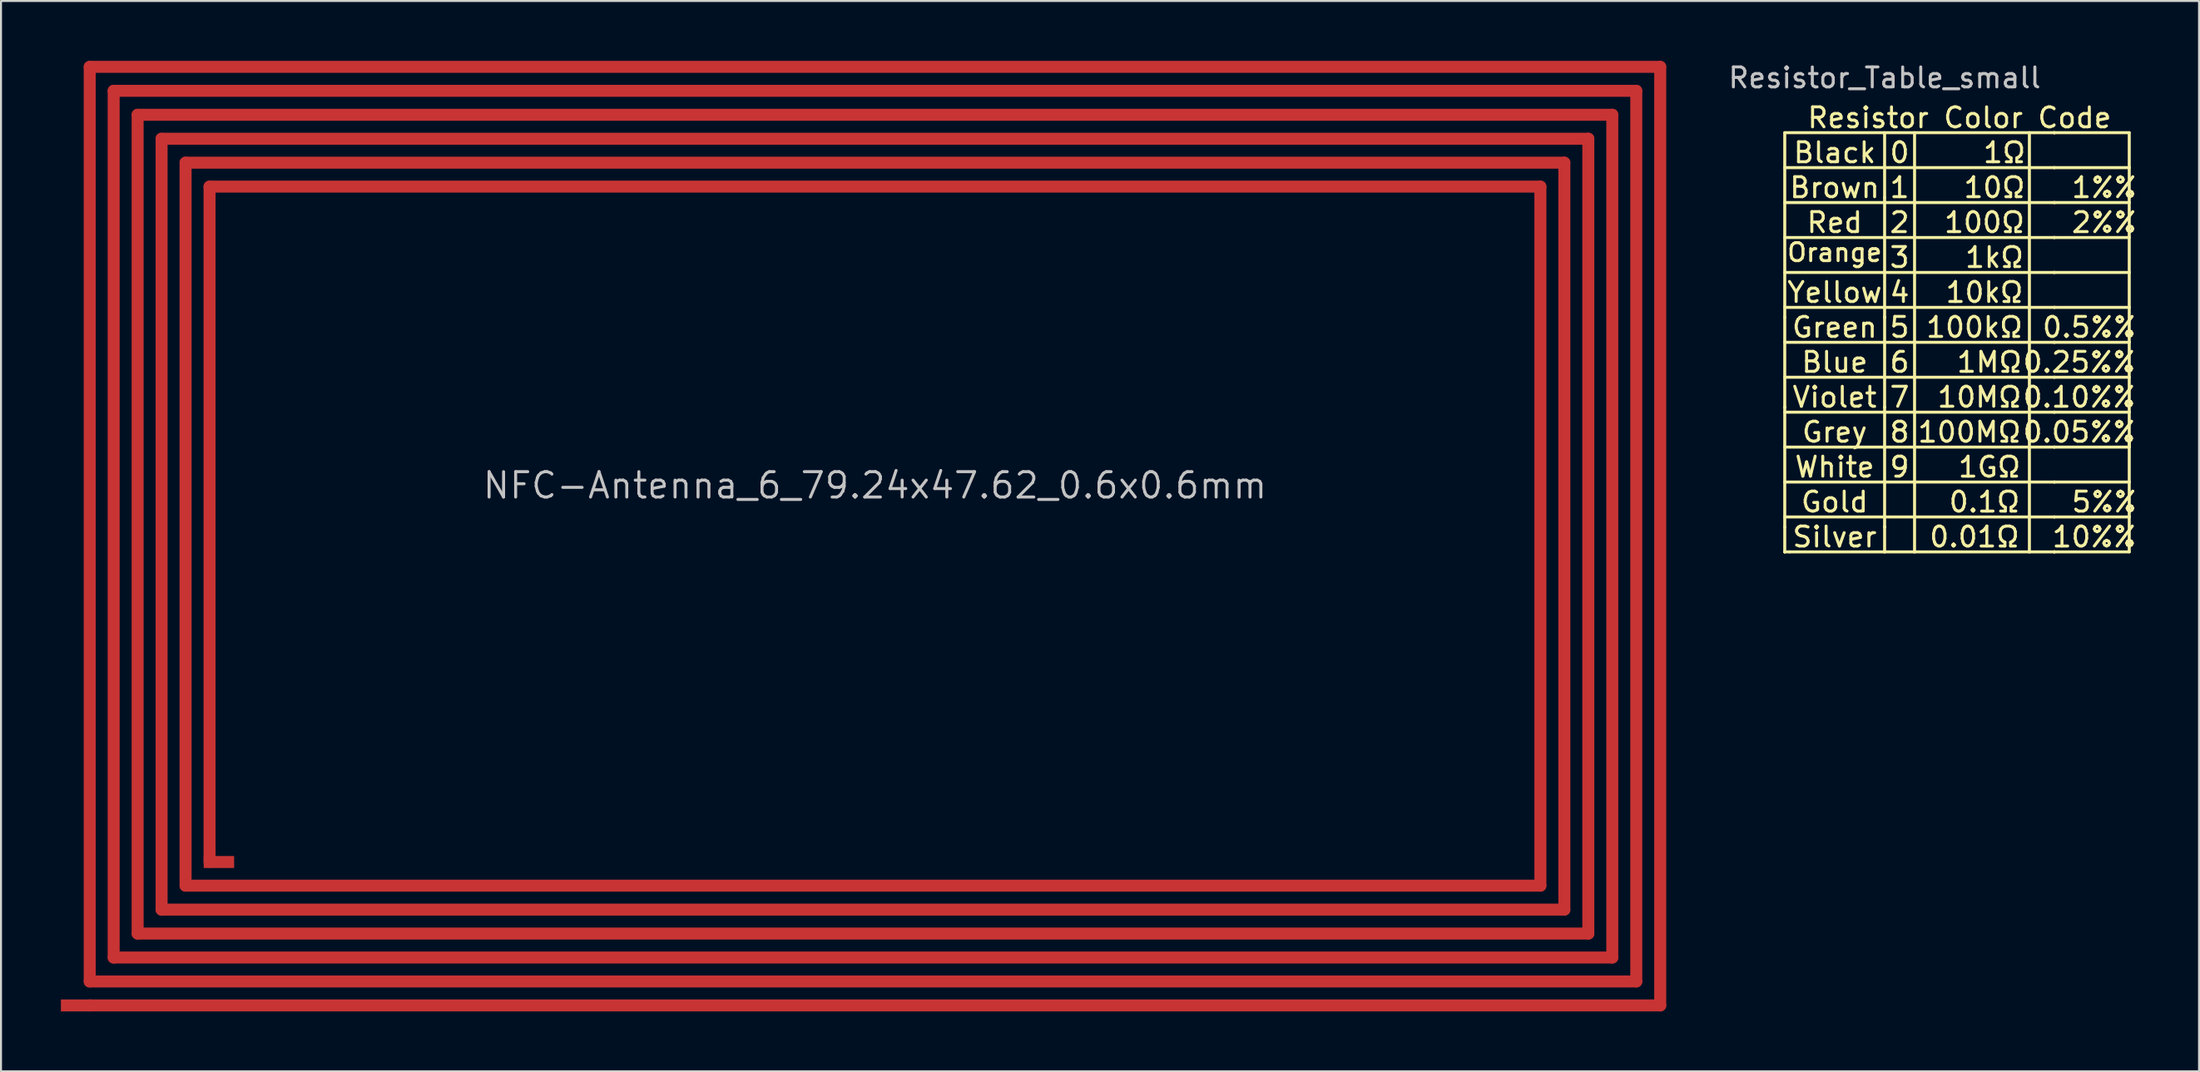
<source format=kicad_pcb>
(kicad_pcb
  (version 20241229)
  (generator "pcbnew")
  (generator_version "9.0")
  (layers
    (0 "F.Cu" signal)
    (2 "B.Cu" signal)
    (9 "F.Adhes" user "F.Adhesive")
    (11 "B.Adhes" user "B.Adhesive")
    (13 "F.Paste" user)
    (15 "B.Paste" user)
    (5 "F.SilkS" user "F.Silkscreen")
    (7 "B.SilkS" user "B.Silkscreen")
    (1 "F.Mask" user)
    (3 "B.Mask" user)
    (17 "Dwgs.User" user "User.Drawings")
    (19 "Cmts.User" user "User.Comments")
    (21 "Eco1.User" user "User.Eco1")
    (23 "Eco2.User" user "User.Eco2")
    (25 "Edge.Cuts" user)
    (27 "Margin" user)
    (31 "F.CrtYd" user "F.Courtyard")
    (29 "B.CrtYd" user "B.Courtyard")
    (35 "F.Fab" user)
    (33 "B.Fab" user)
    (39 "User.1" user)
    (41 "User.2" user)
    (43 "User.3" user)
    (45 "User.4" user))
  (footprint "NFC-Antenna_6_79.24x47.62_0.6x0.6mm"
    (layer "F.Cu")
    (at 40.762 23.81)
    (property "Reference" "NFC-Antenna_6_79.24x47.62_0.6x0.6mm" (at 0 -2.54 0) (layer "Dwgs.User") (effects (font (size 1.27 1.27) (thickness 0.15))))
    (attr through_hole)
    (fp_line (start -39.32 -23.51) (end -39.32 22.31) (stroke (width 0.6) (type solid)) (layer "F.Cu"))
    (fp_line (start -39.32 22.31) (end 38.12 22.31) (stroke (width 0.6) (type solid)) (layer "F.Cu"))
    (fp_line (start -39.32 23.51) (end 39.32 23.51) (stroke (width 0.6) (type solid)) (layer "F.Cu"))
    (fp_line (start -38.12 -22.31) (end -38.12 21.11) (stroke (width 0.6) (type solid)) (layer "F.Cu"))
    (fp_line (start -38.12 21.11) (end 36.92 21.11) (stroke (width 0.6) (type solid)) (layer "F.Cu"))
    (fp_line (start -36.92 -21.11) (end -36.92 19.91) (stroke (width 0.6) (type solid)) (layer "F.Cu"))
    (fp_line (start -36.92 19.91) (end 35.72 19.91) (stroke (width 0.6) (type solid)) (layer "F.Cu"))
    (fp_line (start -35.72 -19.91) (end -35.72 18.71) (stroke (width 0.6) (type solid)) (layer "F.Cu"))
    (fp_line (start -35.72 18.71) (end 34.52 18.71) (stroke (width 0.6) (type solid)) (layer "F.Cu"))
    (fp_line (start -34.52 -18.71) (end -34.52 17.51) (stroke (width 0.6) (type solid)) (layer "F.Cu"))
    (fp_line (start -34.52 17.51) (end 33.32 17.51) (stroke (width 0.6) (type solid)) (layer "F.Cu"))
    (fp_line (start -33.32 -17.51) (end -33.32 16.31) (stroke (width 0.6) (type solid)) (layer "F.Cu"))
    (fp_line (start 33.32 -17.51) (end -33.32 -17.51) (stroke (width 0.6) (type solid)) (layer "F.Cu"))
    (fp_line (start 33.32 17.51) (end 33.32 -17.51) (stroke (width 0.6) (type solid)) (layer "F.Cu"))
    (fp_line (start 34.52 -18.71) (end -34.52 -18.71) (stroke (width 0.6) (type solid)) (layer "F.Cu"))
    (fp_line (start 34.52 18.71) (end 34.52 -18.71) (stroke (width 0.6) (type solid)) (layer "F.Cu"))
    (fp_line (start 35.72 -19.91) (end -35.72 -19.91) (stroke (width 0.6) (type solid)) (layer "F.Cu"))
    (fp_line (start 35.72 19.91) (end 35.72 -19.91) (stroke (width 0.6) (type solid)) (layer "F.Cu"))
    (fp_line (start 36.92 -21.11) (end -36.92 -21.11) (stroke (width 0.6) (type solid)) (layer "F.Cu"))
    (fp_line (start 36.92 21.11) (end 36.92 -21.11) (stroke (width 0.6) (type solid)) (layer "F.Cu"))
    (fp_line (start 38.12 -22.31) (end -38.12 -22.31) (stroke (width 0.6) (type solid)) (layer "F.Cu"))
    (fp_line (start 38.12 22.31) (end 38.12 -22.31) (stroke (width 0.6) (type solid)) (layer "F.Cu"))
    (fp_line (start 39.32 -23.51) (end -39.32 -23.51) (stroke (width 0.6) (type solid)) (layer "F.Cu"))
    (fp_line (start 39.32 23.51) (end 39.32 -23.51) (stroke (width 0.6) (type solid)) (layer "F.Cu"))
    (pad "1" smd rect (at -32.85 16.325) (size 1.524 0.6) (layers "F.Cu"))
    (pad "2" smd rect (at -40 23.51) (size 1.524 0.6) (layers "F.Cu")))
  (footprint "Resistor_Table_small"
    (layer "F.Cu")
    (at 86.317 3.598)
    (property "Reference" "Resistor_Table_small" (at 5 -2.75 0) (layer "Dwgs.User") (effects (font (size 1 1) (thickness 0.15))))
    (attr through_hole)
    (fp_line (start 0 0) (end 0 9.25) (stroke (width 0.15) (type solid)) (layer "F.SilkS"))
    (fp_line (start 0 0) (end 13.5 0) (stroke (width 0.15) (type solid)) (layer "F.SilkS"))
    (fp_line (start 0 1.75) (end 5 1.75) (stroke (width 0.15) (type solid)) (layer "F.SilkS"))
    (fp_line (start 0 3.5) (end 5 3.5) (stroke (width 0.15) (type solid)) (layer "F.SilkS"))
    (fp_line (start 0 5.25) (end 5 5.25) (stroke (width 0.15) (type solid)) (layer "F.SilkS"))
    (fp_line (start 0 7) (end 5 7) (stroke (width 0.15) (type solid)) (layer "F.SilkS"))
    (fp_line (start 0 8.75) (end 5 8.75) (stroke (width 0.15) (type solid)) (layer "F.SilkS"))
    (fp_line (start 0 9.25) (end 0 13.75) (stroke (width 0.15) (type solid)) (layer "F.SilkS"))
    (fp_line (start 0 10.5) (end 5 10.5) (stroke (width 0.15) (type solid)) (layer "F.SilkS"))
    (fp_line (start 0 12.25) (end 5 12.25) (stroke (width 0.15) (type solid)) (layer "F.SilkS"))
    (fp_line (start 0 13.75) (end 0 13.75) (stroke (width 0.15) (type solid)) (layer "F.SilkS"))
    (fp_line (start 0 14) (end 5 14) (stroke (width 0.15) (type solid)) (layer "F.SilkS"))
    (fp_line (start 0 15.75) (end 5 15.75) (stroke (width 0.15) (type solid)) (layer "F.SilkS"))
    (fp_line (start 0 17.5) (end 5 17.5) (stroke (width 0.15) (type solid)) (layer "F.SilkS"))
    (fp_line (start 0 19.25) (end 5 19.25) (stroke (width 0.15) (type solid)) (layer "F.SilkS"))
    (fp_line (start 0 19.75) (end 0 13.75) (stroke (width 0.15) (type solid)) (layer "F.SilkS"))
    (fp_line (start 0 19.75) (end 0 21) (stroke (width 0.15) (type solid)) (layer "F.SilkS"))
    (fp_line (start 0 21) (end 0 21) (stroke (width 0.15) (type solid)) (layer "F.SilkS"))
    (fp_line (start 0 21) (end 0 21) (stroke (width 0.15) (type solid)) (layer "F.SilkS"))
    (fp_line (start 0.25 21) (end 0 21) (stroke (width 0.15) (type solid)) (layer "F.SilkS"))
    (fp_line (start 0.25 21) (end 5 21) (stroke (width 0.15) (type solid)) (layer "F.SilkS"))
    (fp_line (start 5 0) (end 5 9.25) (stroke (width 0.15) (type solid)) (layer "F.SilkS"))
    (fp_line (start 5 1.75) (end 5 1.75) (stroke (width 0.15) (type solid)) (layer "F.SilkS"))
    (fp_line (start 5 1.75) (end 13.5 1.75) (stroke (width 0.15) (type solid)) (layer "F.SilkS"))
    (fp_line (start 5 3.25) (end 5 3.25) (stroke (width 0.15) (type solid)) (layer "F.SilkS"))
    (fp_line (start 5 3.5) (end 5 3.5) (stroke (width 0.15) (type solid)) (layer "F.SilkS"))
    (fp_line (start 5 3.5) (end 13.5 3.5) (stroke (width 0.15) (type solid)) (layer "F.SilkS"))
    (fp_line (start 5 5.25) (end 13.5 5.25) (stroke (width 0.15) (type solid)) (layer "F.SilkS"))
    (fp_line (start 5 7) (end 5 7) (stroke (width 0.15) (type solid)) (layer "F.SilkS"))
    (fp_line (start 5 7) (end 13.5 7) (stroke (width 0.15) (type solid)) (layer "F.SilkS"))
    (fp_line (start 5 8.75) (end 5 8.75) (stroke (width 0.15) (type solid)) (layer "F.SilkS"))
    (fp_line (start 5 8.75) (end 13.5 8.75) (stroke (width 0.15) (type solid)) (layer "F.SilkS"))
    (fp_line (start 5 9.25) (end 5 9.25) (stroke (width 0.15) (type solid)) (layer "F.SilkS"))
    (fp_line (start 5 9.25) (end 5 13.75) (stroke (width 0.15) (type solid)) (layer "F.SilkS"))
    (fp_line (start 5 10.5) (end 5 10.5) (stroke (width 0.15) (type solid)) (layer "F.SilkS"))
    (fp_line (start 5 10.5) (end 13.5 10.5) (stroke (width 0.15) (type solid)) (layer "F.SilkS"))
    (fp_line (start 5 12.25) (end 5 12.25) (stroke (width 0.15) (type solid)) (layer "F.SilkS"))
    (fp_line (start 5 12.25) (end 13.5 12.25) (stroke (width 0.15) (type solid)) (layer "F.SilkS"))
    (fp_line (start 5 13.75) (end 5 13.75) (stroke (width 0.15) (type solid)) (layer "F.SilkS"))
    (fp_line (start 5 13.75) (end 5 19.75) (stroke (width 0.15) (type solid)) (layer "F.SilkS"))
    (fp_line (start 5 14) (end 5 14) (stroke (width 0.15) (type solid)) (layer "F.SilkS"))
    (fp_line (start 5 14) (end 13.5 14) (stroke (width 0.15) (type solid)) (layer "F.SilkS"))
    (fp_line (start 5 15.75) (end 5 15.75) (stroke (width 0.15) (type solid)) (layer "F.SilkS"))
    (fp_line (start 5 15.75) (end 13.5 15.75) (stroke (width 0.15) (type solid)) (layer "F.SilkS"))
    (fp_line (start 5 17.5) (end 5 17.5) (stroke (width 0.15) (type solid)) (layer "F.SilkS"))
    (fp_line (start 5 17.5) (end 13.5 17.5) (stroke (width 0.15) (type solid)) (layer "F.SilkS"))
    (fp_line (start 5 19.25) (end 5 19.25) (stroke (width 0.15) (type solid)) (layer "F.SilkS"))
    (fp_line (start 5 19.25) (end 13.5 19.25) (stroke (width 0.15) (type solid)) (layer "F.SilkS"))
    (fp_line (start 5 19.75) (end 5 19.75) (stroke (width 0.15) (type solid)) (layer "F.SilkS"))
    (fp_line (start 5 19.75) (end 5 19.75) (stroke (width 0.15) (type solid)) (layer "F.SilkS"))
    (fp_line (start 5 21) (end 5 19.75) (stroke (width 0.15) (type solid)) (layer "F.SilkS"))
    (fp_line (start 5 21) (end 13.5 21) (stroke (width 0.15) (type solid)) (layer "F.SilkS"))
    (fp_line (start 6.5 0) (end 6.5 21) (stroke (width 0.15) (type solid)) (layer "F.SilkS"))
    (fp_line (start 6.5 21) (end 6.5 21) (stroke (width 0.15) (type solid)) (layer "F.SilkS"))
    (fp_line (start 12.25 0) (end 12.25 0) (stroke (width 0.15) (type solid)) (layer "F.SilkS"))
    (fp_line (start 12.25 15.75) (end 12.25 0) (stroke (width 0.15) (type solid)) (layer "F.SilkS"))
    (fp_line (start 12.25 15.75) (end 12.25 21) (stroke (width 0.15) (type solid)) (layer "F.SilkS"))
    (fp_line (start 12.25 21) (end 12.25 21) (stroke (width 0.15) (type solid)) (layer "F.SilkS"))
    (fp_line (start 13.5 0) (end 13.5 0) (stroke (width 0.15) (type solid)) (layer "F.SilkS"))
    (fp_line (start 13.5 0) (end 13.5 0) (stroke (width 0.15) (type solid)) (layer "F.SilkS"))
    (fp_line (start 13.5 1.75) (end 13.5 1.75) (stroke (width 0.15) (type solid)) (layer "F.SilkS"))
    (fp_line (start 13.5 1.75) (end 17.25 1.75) (stroke (width 0.15) (type solid)) (layer "F.SilkS"))
    (fp_line (start 13.5 3.5) (end 13.5 3.5) (stroke (width 0.15) (type solid)) (layer "F.SilkS"))
    (fp_line (start 13.5 3.5) (end 17.25 3.5) (stroke (width 0.15) (type solid)) (layer "F.SilkS"))
    (fp_line (start 13.5 5.25) (end 13.5 5.25) (stroke (width 0.15) (type solid)) (layer "F.SilkS"))
    (fp_line (start 13.5 5.25) (end 17.25 5.25) (stroke (width 0.15) (type solid)) (layer "F.SilkS"))
    (fp_line (start 13.5 7) (end 13.5 7) (stroke (width 0.15) (type solid)) (layer "F.SilkS"))
    (fp_line (start 13.5 7) (end 17.25 7) (stroke (width 0.15) (type solid)) (layer "F.SilkS"))
    (fp_line (start 13.5 8.75) (end 13.5 8.75) (stroke (width 0.15) (type solid)) (layer "F.SilkS"))
    (fp_line (start 13.5 8.75) (end 17.25 8.75) (stroke (width 0.15) (type solid)) (layer "F.SilkS"))
    (fp_line (start 13.5 10.5) (end 13.5 10.5) (stroke (width 0.15) (type solid)) (layer "F.SilkS"))
    (fp_line (start 13.5 10.5) (end 17.25 10.5) (stroke (width 0.15) (type solid)) (layer "F.SilkS"))
    (fp_line (start 13.5 12.25) (end 13.5 12.25) (stroke (width 0.15) (type solid)) (layer "F.SilkS"))
    (fp_line (start 13.5 12.25) (end 17.25 12.25) (stroke (width 0.15) (type solid)) (layer "F.SilkS"))
    (fp_line (start 13.5 14) (end 13.5 14) (stroke (width 0.15) (type solid)) (layer "F.SilkS"))
    (fp_line (start 13.5 14) (end 17.25 14) (stroke (width 0.15) (type solid)) (layer "F.SilkS"))
    (fp_line (start 13.5 15.75) (end 13.5 15.75) (stroke (width 0.15) (type solid)) (layer "F.SilkS"))
    (fp_line (start 13.5 15.75) (end 17.25 15.75) (stroke (width 0.15) (type solid)) (layer "F.SilkS"))
    (fp_line (start 13.5 17.5) (end 13.5 17.5) (stroke (width 0.15) (type solid)) (layer "F.SilkS"))
    (fp_line (start 13.5 17.5) (end 17.25 17.5) (stroke (width 0.15) (type solid)) (layer "F.SilkS"))
    (fp_line (start 13.5 19.25) (end 13.5 19.25) (stroke (width 0.15) (type solid)) (layer "F.SilkS"))
    (fp_line (start 13.5 19.25) (end 17.25 19.25) (stroke (width 0.15) (type solid)) (layer "F.SilkS"))
    (fp_line (start 13.5 21) (end 13.5 21) (stroke (width 0.15) (type solid)) (layer "F.SilkS"))
    (fp_line (start 13.5 21) (end 13.5 21) (stroke (width 0.15) (type solid)) (layer "F.SilkS"))
    (fp_line (start 17.25 0) (end 13.5 0) (stroke (width 0.15) (type solid)) (layer "F.SilkS"))
    (fp_line (start 17.25 1.75) (end 17.25 1.75) (stroke (width 0.15) (type solid)) (layer "F.SilkS"))
    (fp_line (start 17.25 3.5) (end 17.25 3.5) (stroke (width 0.15) (type solid)) (layer "F.SilkS"))
    (fp_line (start 17.25 5.25) (end 17.25 5.25) (stroke (width 0.15) (type solid)) (layer "F.SilkS"))
    (fp_line (start 17.25 7) (end 17.25 7) (stroke (width 0.15) (type solid)) (layer "F.SilkS"))
    (fp_line (start 17.25 8.75) (end 17.25 8.75) (stroke (width 0.15) (type solid)) (layer "F.SilkS"))
    (fp_line (start 17.25 10.5) (end 17.25 10.5) (stroke (width 0.15) (type solid)) (layer "F.SilkS"))
    (fp_line (start 17.25 12.25) (end 17.25 12.25) (stroke (width 0.15) (type solid)) (layer "F.SilkS"))
    (fp_line (start 17.25 14) (end 17.25 14) (stroke (width 0.15) (type solid)) (layer "F.SilkS"))
    (fp_line (start 17.25 15.5) (end 17.25 0) (stroke (width 0.15) (type solid)) (layer "F.SilkS"))
    (fp_line (start 17.25 15.5) (end 17.25 15.5) (stroke (width 0.15) (type solid)) (layer "F.SilkS"))
    (fp_line (start 17.25 15.5) (end 17.25 21) (stroke (width 0.15) (type solid)) (layer "F.SilkS"))
    (fp_line (start 17.25 15.75) (end 17.25 15.5) (stroke (width 0.15) (type solid)) (layer "F.SilkS"))
    (fp_line (start 17.25 15.75) (end 17.25 15.75) (stroke (width 0.15) (type solid)) (layer "F.SilkS"))
    (fp_line (start 17.25 17.5) (end 17.25 17.5) (stroke (width 0.15) (type solid)) (layer "F.SilkS"))
    (fp_line (start 17.25 19.25) (end 17.25 19.25) (stroke (width 0.15) (type solid)) (layer "F.SilkS"))
    (fp_line (start 17.25 21) (end 13.5 21) (stroke (width 0.15) (type solid)) (layer "F.SilkS"))
    (fp_text user "Yellow" (at 2.5 8 0) (layer "F.SilkS") (effects (font (size 1 1) (thickness 0.15))))
    (fp_text user "3" (at 5.75 6.25 0) (layer "F.SilkS") (effects (font (size 1 1) (thickness 0.15))))
    (fp_text user "2%%" (at 16 4.5 0) (layer "F.SilkS") (effects (font (size 1 1) (thickness 0.15))))
    (fp_text user "Black" (at 2.5 1 0) (layer "F.SilkS") (effects (font (size 1 1) (thickness 0.15))))
    (fp_text user "10%%" (at 15.5 20.25 0) (layer "F.SilkS") (effects (font (size 1 1) (thickness 0.15))))
    (fp_text user "Green" (at 2.5 9.75 0) (layer "F.SilkS") (effects (font (size 1 1) (thickness 0.15))))
    (fp_text user "0.25%%" (at 14.75 11.5 0) (layer "F.SilkS") (effects (font (size 1 1) (thickness 0.15))))
    (fp_text user "1kΩ" (at 10.5 6.25 0) (layer "F.SilkS") (effects (font (size 1 1) (thickness 0.15))))
    (fp_text user "Orange" (at 2.5 6 0) (layer "F.SilkS") (effects (font (size 0.9 0.9) (thickness 0.15))))
    (fp_text user "0.1Ω" (at 10 18.5 0) (layer "F.SilkS") (effects (font (size 1 1) (thickness 0.15))))
    (fp_text user "0" (at 5.75 1 0) (layer "F.SilkS") (effects (font (size 1 1) (thickness 0.15))))
    (fp_text user "Resistor Color Code" (at 8.75 -0.75 0) (layer "F.SilkS") (effects (font (size 1 1) (thickness 0.15))))
    (fp_text user "Blue" (at 2.5 11.5 0) (layer "F.SilkS") (effects (font (size 1 1) (thickness 0.15))))
    (fp_text user "Gold" (at 2.5 18.5 0) (layer "F.SilkS") (effects (font (size 1 1) (thickness 0.15))))
    (fp_text user "0.10%%" (at 14.75 13.25 0) (layer "F.SilkS") (effects (font (size 1 1) (thickness 0.15))))
    (fp_text user "2" (at 5.75 4.5 0) (layer "F.SilkS") (effects (font (size 1 1) (thickness 0.15))))
    (fp_text user "10kΩ" (at 10 8 0) (layer "F.SilkS") (effects (font (size 1 1) (thickness 0.15))))
    (fp_text user "1Ω" (at 11 1 0) (layer "F.SilkS") (effects (font (size 1 1) (thickness 0.15))))
    (fp_text user "Grey" (at 2.5 15 0) (layer "F.SilkS") (effects (font (size 1 1) (thickness 0.15))))
    (fp_text user "4" (at 5.75 8 0) (layer "F.SilkS") (effects (font (size 1 1) (thickness 0.15))))
    (fp_text user "Brown" (at 2.5 2.75 0) (layer "F.SilkS") (effects (font (size 1 1) (thickness 0.15))))
    (fp_text user "Violet" (at 2.5 13.25 0) (layer "F.SilkS") (effects (font (size 1 1) (thickness 0.15))))
    (fp_text user "1GΩ" (at 10.25 16.75 0) (layer "F.SilkS") (effects (font (size 1 1) (thickness 0.15))))
    (fp_text user "100kΩ" (at 9.5 9.75 0) (layer "F.SilkS") (effects (font (size 1 1) (thickness 0.15))))
    (fp_text user "100MΩ" (at 9.25 15 0) (layer "F.SilkS") (effects (font (size 1 1) (thickness 0.15))))
    (fp_text user "5" (at 5.75 9.75 0) (layer "F.SilkS") (effects (font (size 1 1) (thickness 0.15))))
    (fp_text user "0.5%%" (at 15.25 9.75 0) (layer "F.SilkS") (effects (font (size 1 1) (thickness 0.15))))
    (fp_text user "10MΩ" (at 9.75 13.25 0) (layer "F.SilkS") (effects (font (size 1 1) (thickness 0.15))))
    (fp_text user "1%%" (at 16 2.75 0) (layer "F.SilkS") (effects (font (size 1 1) (thickness 0.15))))
    (fp_text user "9" (at 5.75 16.75 0) (layer "F.SilkS") (effects (font (size 1 1) (thickness 0.15))))
    (fp_text user "6" (at 5.75 11.5 0) (layer "F.SilkS") (effects (font (size 1 1) (thickness 0.15))))
    (fp_text user "0.05%%" (at 14.75 15 0) (layer "F.SilkS") (effects (font (size 1 1) (thickness 0.15))))
    (fp_text user "1" (at 5.75 2.75 0) (layer "F.SilkS") (effects (font (size 1 1) (thickness 0.15))))
    (fp_text user "Red" (at 2.5 4.5 0) (layer "F.SilkS") (effects (font (size 1 1) (thickness 0.15))))
    (fp_text user "5%%" (at 16 18.5 0) (layer "F.SilkS") (effects (font (size 1 1) (thickness 0.15))))
    (fp_text user "White" (at 2.5 16.75 0) (layer "F.SilkS") (effects (font (size 1 1) (thickness 0.15))))
    (fp_text user "7" (at 5.75 13.25 0) (layer "F.SilkS") (effects (font (size 1 1) (thickness 0.15))))
    (fp_text user "100Ω" (at 10 4.5 0) (layer "F.SilkS") (effects (font (size 1 1) (thickness 0.15))))
    (fp_text user "8" (at 5.75 15 0) (layer "F.SilkS") (effects (font (size 1 1) (thickness 0.15))))
    (fp_text user "10Ω" (at 10.5 2.75 0) (layer "F.SilkS") (effects (font (size 1 1) (thickness 0.15))))
    (fp_text user "Silver" (at 2.5 20.25 0) (layer "F.SilkS") (effects (font (size 1 1) (thickness 0.15))))
    (fp_text user "1MΩ" (at 10.25 11.5 0) (layer "F.SilkS") (effects (font (size 1 1) (thickness 0.15))))
    (fp_text user "0.01Ω" (at 9.5 20.25 0) (layer "F.SilkS") (effects (font (size 1 1) (thickness 0.15)))))
  (gr_rect
    (start -3 -3)
    (end 107.061 50.62)
    (stroke (width 0.1) (type default))
    (fill no)
    (layer "Edge.Cuts")))
</source>
